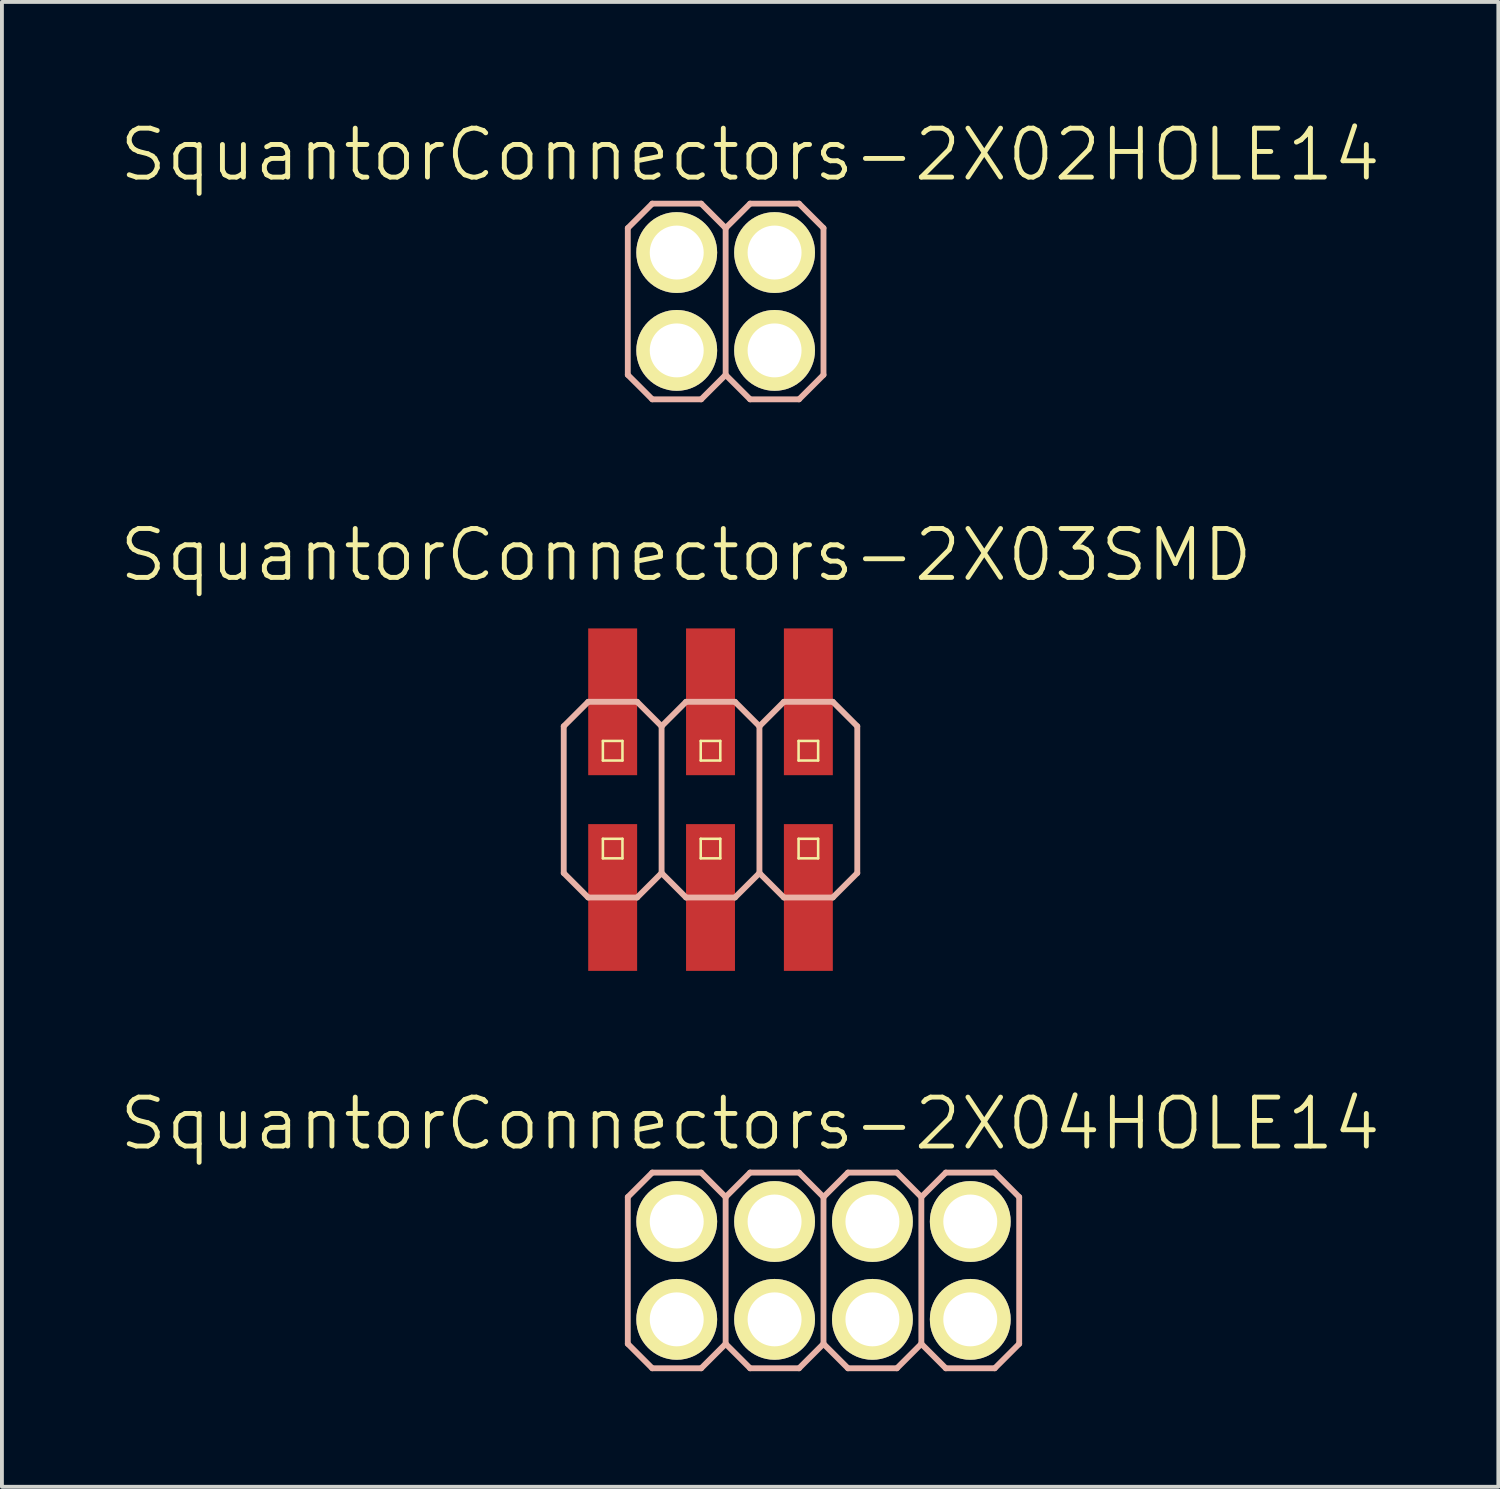
<source format=kicad_pcb>
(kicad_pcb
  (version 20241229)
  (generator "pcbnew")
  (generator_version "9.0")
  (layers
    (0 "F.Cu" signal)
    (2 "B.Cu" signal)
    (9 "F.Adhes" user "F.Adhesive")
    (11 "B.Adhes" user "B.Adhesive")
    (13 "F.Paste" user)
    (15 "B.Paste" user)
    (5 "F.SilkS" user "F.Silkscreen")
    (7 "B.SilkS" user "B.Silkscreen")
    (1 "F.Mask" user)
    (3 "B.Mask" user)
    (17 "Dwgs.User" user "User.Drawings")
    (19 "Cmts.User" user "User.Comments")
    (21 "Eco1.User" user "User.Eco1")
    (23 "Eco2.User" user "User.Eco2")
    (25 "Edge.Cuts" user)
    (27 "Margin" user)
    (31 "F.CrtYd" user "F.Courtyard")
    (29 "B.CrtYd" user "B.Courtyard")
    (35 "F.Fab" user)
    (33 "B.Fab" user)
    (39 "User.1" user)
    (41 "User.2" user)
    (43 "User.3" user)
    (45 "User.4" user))
  (footprint "SquantorConnectors-2X02HOLE14"
    (layer "F.Cu")
    (at 15.787 4.776)
    (property "Reference" "SquantorConnectors-2X02HOLE14" (at 0.635 -3.81 0) (layer "F.SilkS") (effects (font (size 1.27 1.27) (thickness 0.127))))
    (attr exclude_from_pos_files exclude_from_bom)
    (fp_line (start -1.524 -1.524) (end -1.016 -1.524) (stroke (width 0.066) (type solid)) (layer "F.SilkS"))
    (fp_line (start -1.524 -1.016) (end -1.524 -1.524) (stroke (width 0.066) (type solid)) (layer "F.SilkS"))
    (fp_line (start -1.524 -1.016) (end -1.016 -1.016) (stroke (width 0.066) (type solid)) (layer "F.SilkS"))
    (fp_line (start -1.524 1.016) (end -1.016 1.016) (stroke (width 0.066) (type solid)) (layer "F.SilkS"))
    (fp_line (start -1.524 1.524) (end -1.524 1.016) (stroke (width 0.066) (type solid)) (layer "F.SilkS"))
    (fp_line (start -1.524 1.524) (end -1.016 1.524) (stroke (width 0.066) (type solid)) (layer "F.SilkS"))
    (fp_line (start -1.016 -1.016) (end -1.016 -1.524) (stroke (width 0.066) (type solid)) (layer "F.SilkS"))
    (fp_line (start -1.016 1.524) (end -1.016 1.016) (stroke (width 0.066) (type solid)) (layer "F.SilkS"))
    (fp_line (start 1.016 -1.524) (end 1.524 -1.524) (stroke (width 0.066) (type solid)) (layer "F.SilkS"))
    (fp_line (start 1.016 -1.016) (end 1.016 -1.524) (stroke (width 0.066) (type solid)) (layer "F.SilkS"))
    (fp_line (start 1.016 -1.016) (end 1.524 -1.016) (stroke (width 0.066) (type solid)) (layer "F.SilkS"))
    (fp_line (start 1.016 1.016) (end 1.524 1.016) (stroke (width 0.066) (type solid)) (layer "F.SilkS"))
    (fp_line (start 1.016 1.524) (end 1.016 1.016) (stroke (width 0.066) (type solid)) (layer "F.SilkS"))
    (fp_line (start 1.016 1.524) (end 1.524 1.524) (stroke (width 0.066) (type solid)) (layer "F.SilkS"))
    (fp_line (start 1.524 -1.016) (end 1.524 -1.524) (stroke (width 0.066) (type solid)) (layer "F.SilkS"))
    (fp_line (start 1.524 1.524) (end 1.524 1.016) (stroke (width 0.066) (type solid)) (layer "F.SilkS"))
    (fp_line (start -2.54 -1.905) (end -1.905 -2.54) (stroke (width 0.152) (type solid)) (layer "B.SilkS"))
    (fp_line (start -2.54 1.905) (end -2.54 -1.905) (stroke (width 0.152) (type solid)) (layer "B.SilkS"))
    (fp_line (start -2.54 1.905) (end -1.905 2.54) (stroke (width 0.152) (type solid)) (layer "B.SilkS"))
    (fp_line (start -1.905 -2.54) (end -0.635 -2.54) (stroke (width 0.152) (type solid)) (layer "B.SilkS"))
    (fp_line (start -1.905 2.54) (end -0.635 2.54) (stroke (width 0.152) (type solid)) (layer "B.SilkS"))
    (fp_line (start -0.635 -2.54) (end 0 -1.905) (stroke (width 0.152) (type solid)) (layer "B.SilkS"))
    (fp_line (start -0.635 2.54) (end 0 1.905) (stroke (width 0.152) (type solid)) (layer "B.SilkS"))
    (fp_line (start 0 -1.905) (end 0 1.905) (stroke (width 0.152) (type solid)) (layer "B.SilkS"))
    (fp_line (start 0 -1.905) (end 0.635 -2.54) (stroke (width 0.152) (type solid)) (layer "B.SilkS"))
    (fp_line (start 0 1.905) (end 0.635 2.54) (stroke (width 0.152) (type solid)) (layer "B.SilkS"))
    (fp_line (start 0.635 -2.54) (end 1.905 -2.54) (stroke (width 0.152) (type solid)) (layer "B.SilkS"))
    (fp_line (start 0.635 2.54) (end 1.905 2.54) (stroke (width 0.152) (type solid)) (layer "B.SilkS"))
    (fp_line (start 1.905 -2.54) (end 2.54 -1.905) (stroke (width 0.152) (type solid)) (layer "B.SilkS"))
    (fp_line (start 1.905 2.54) (end 2.54 1.905) (stroke (width 0.152) (type solid)) (layer "B.SilkS"))
    (fp_line (start 2.54 -1.905) (end 2.54 1.905) (stroke (width 0.152) (type solid)) (layer "B.SilkS"))
    (pad "1" thru_hole circle (at -1.27 1.27) (size 2.098 2.098) (drill 1.4) (layers "*.Cu" "F.Mask" "F.SilkS" "F.Paste"))
    (pad "2" thru_hole circle (at -1.27 -1.27) (size 2.098 2.098) (drill 1.4) (layers "*.Cu" "F.Mask" "F.SilkS" "F.Paste"))
    (pad "3" thru_hole circle (at 1.27 1.27) (size 2.098 2.098) (drill 1.4) (layers "*.Cu" "F.Mask" "F.SilkS" "F.Paste"))
    (pad "4" thru_hole circle (at 1.27 -1.27) (size 2.098 2.098) (drill 1.4) (layers "*.Cu" "F.Mask" "F.SilkS" "F.Paste")))
  (footprint "SquantorConnectors-2X04HOLE14"
    (layer "F.Cu")
    (at 18.327 29.929)
    (property "Reference" "SquantorConnectors-2X04HOLE14" (at -1.905 -3.81 0) (layer "F.SilkS") (effects (font (size 1.27 1.27) (thickness 0.127))))
    (attr exclude_from_pos_files exclude_from_bom)
    (fp_line (start -4.064 -1.524) (end -3.556 -1.524) (stroke (width 0.066) (type solid)) (layer "F.SilkS"))
    (fp_line (start -4.064 -1.016) (end -4.064 -1.524) (stroke (width 0.066) (type solid)) (layer "F.SilkS"))
    (fp_line (start -4.064 -1.016) (end -3.556 -1.016) (stroke (width 0.066) (type solid)) (layer "F.SilkS"))
    (fp_line (start -4.064 1.016) (end -3.556 1.016) (stroke (width 0.066) (type solid)) (layer "F.SilkS"))
    (fp_line (start -4.064 1.524) (end -4.064 1.016) (stroke (width 0.066) (type solid)) (layer "F.SilkS"))
    (fp_line (start -4.064 1.524) (end -3.556 1.524) (stroke (width 0.066) (type solid)) (layer "F.SilkS"))
    (fp_line (start -3.556 -1.016) (end -3.556 -1.524) (stroke (width 0.066) (type solid)) (layer "F.SilkS"))
    (fp_line (start -3.556 1.524) (end -3.556 1.016) (stroke (width 0.066) (type solid)) (layer "F.SilkS"))
    (fp_line (start -1.524 -1.524) (end -1.016 -1.524) (stroke (width 0.066) (type solid)) (layer "F.SilkS"))
    (fp_line (start -1.524 -1.016) (end -1.524 -1.524) (stroke (width 0.066) (type solid)) (layer "F.SilkS"))
    (fp_line (start -1.524 -1.016) (end -1.016 -1.016) (stroke (width 0.066) (type solid)) (layer "F.SilkS"))
    (fp_line (start -1.524 1.016) (end -1.016 1.016) (stroke (width 0.066) (type solid)) (layer "F.SilkS"))
    (fp_line (start -1.524 1.524) (end -1.524 1.016) (stroke (width 0.066) (type solid)) (layer "F.SilkS"))
    (fp_line (start -1.524 1.524) (end -1.016 1.524) (stroke (width 0.066) (type solid)) (layer "F.SilkS"))
    (fp_line (start -1.016 -1.016) (end -1.016 -1.524) (stroke (width 0.066) (type solid)) (layer "F.SilkS"))
    (fp_line (start -1.016 1.524) (end -1.016 1.016) (stroke (width 0.066) (type solid)) (layer "F.SilkS"))
    (fp_line (start 1.016 -1.524) (end 1.524 -1.524) (stroke (width 0.066) (type solid)) (layer "F.SilkS"))
    (fp_line (start 1.016 -1.016) (end 1.016 -1.524) (stroke (width 0.066) (type solid)) (layer "F.SilkS"))
    (fp_line (start 1.016 -1.016) (end 1.524 -1.016) (stroke (width 0.066) (type solid)) (layer "F.SilkS"))
    (fp_line (start 1.016 1.016) (end 1.524 1.016) (stroke (width 0.066) (type solid)) (layer "F.SilkS"))
    (fp_line (start 1.016 1.524) (end 1.016 1.016) (stroke (width 0.066) (type solid)) (layer "F.SilkS"))
    (fp_line (start 1.016 1.524) (end 1.524 1.524) (stroke (width 0.066) (type solid)) (layer "F.SilkS"))
    (fp_line (start 1.524 -1.016) (end 1.524 -1.524) (stroke (width 0.066) (type solid)) (layer "F.SilkS"))
    (fp_line (start 1.524 1.524) (end 1.524 1.016) (stroke (width 0.066) (type solid)) (layer "F.SilkS"))
    (fp_line (start 3.556 -1.524) (end 4.064 -1.524) (stroke (width 0.066) (type solid)) (layer "F.SilkS"))
    (fp_line (start 3.556 -1.016) (end 3.556 -1.524) (stroke (width 0.066) (type solid)) (layer "F.SilkS"))
    (fp_line (start 3.556 -1.016) (end 4.064 -1.016) (stroke (width 0.066) (type solid)) (layer "F.SilkS"))
    (fp_line (start 3.556 1.016) (end 4.064 1.016) (stroke (width 0.066) (type solid)) (layer "F.SilkS"))
    (fp_line (start 3.556 1.524) (end 3.556 1.016) (stroke (width 0.066) (type solid)) (layer "F.SilkS"))
    (fp_line (start 3.556 1.524) (end 4.064 1.524) (stroke (width 0.066) (type solid)) (layer "F.SilkS"))
    (fp_line (start 4.064 -1.016) (end 4.064 -1.524) (stroke (width 0.066) (type solid)) (layer "F.SilkS"))
    (fp_line (start 4.064 1.524) (end 4.064 1.016) (stroke (width 0.066) (type solid)) (layer "F.SilkS"))
    (fp_line (start -5.08 -1.905) (end -4.445 -2.54) (stroke (width 0.152) (type solid)) (layer "B.SilkS"))
    (fp_line (start -5.08 1.905) (end -5.08 -1.905) (stroke (width 0.152) (type solid)) (layer "B.SilkS"))
    (fp_line (start -5.08 1.905) (end -4.445 2.54) (stroke (width 0.152) (type solid)) (layer "B.SilkS"))
    (fp_line (start -4.445 -2.54) (end -3.175 -2.54) (stroke (width 0.152) (type solid)) (layer "B.SilkS"))
    (fp_line (start -4.445 2.54) (end -3.175 2.54) (stroke (width 0.152) (type solid)) (layer "B.SilkS"))
    (fp_line (start -3.175 -2.54) (end -2.54 -1.905) (stroke (width 0.152) (type solid)) (layer "B.SilkS"))
    (fp_line (start -3.175 2.54) (end -2.54 1.905) (stroke (width 0.152) (type solid)) (layer "B.SilkS"))
    (fp_line (start -2.54 -1.905) (end -2.54 1.905) (stroke (width 0.152) (type solid)) (layer "B.SilkS"))
    (fp_line (start -2.54 -1.905) (end -1.905 -2.54) (stroke (width 0.152) (type solid)) (layer "B.SilkS"))
    (fp_line (start -2.54 1.905) (end -1.905 2.54) (stroke (width 0.152) (type solid)) (layer "B.SilkS"))
    (fp_line (start -1.905 -2.54) (end -0.635 -2.54) (stroke (width 0.152) (type solid)) (layer "B.SilkS"))
    (fp_line (start -1.905 2.54) (end -0.635 2.54) (stroke (width 0.152) (type solid)) (layer "B.SilkS"))
    (fp_line (start -0.635 -2.54) (end 0 -1.905) (stroke (width 0.152) (type solid)) (layer "B.SilkS"))
    (fp_line (start -0.635 2.54) (end 0 1.905) (stroke (width 0.152) (type solid)) (layer "B.SilkS"))
    (fp_line (start 0 -1.905) (end 0 1.905) (stroke (width 0.152) (type solid)) (layer "B.SilkS"))
    (fp_line (start 0 -1.905) (end 0.635 -2.54) (stroke (width 0.152) (type solid)) (layer "B.SilkS"))
    (fp_line (start 0 1.905) (end 0.635 2.54) (stroke (width 0.152) (type solid)) (layer "B.SilkS"))
    (fp_line (start 0.635 -2.54) (end 1.905 -2.54) (stroke (width 0.152) (type solid)) (layer "B.SilkS"))
    (fp_line (start 0.635 2.54) (end 1.905 2.54) (stroke (width 0.152) (type solid)) (layer "B.SilkS"))
    (fp_line (start 1.905 -2.54) (end 2.54 -1.905) (stroke (width 0.152) (type solid)) (layer "B.SilkS"))
    (fp_line (start 1.905 2.54) (end 2.54 1.905) (stroke (width 0.152) (type solid)) (layer "B.SilkS"))
    (fp_line (start 2.54 -1.905) (end 2.54 1.905) (stroke (width 0.152) (type solid)) (layer "B.SilkS"))
    (fp_line (start 2.54 -1.905) (end 3.175 -2.54) (stroke (width 0.152) (type solid)) (layer "B.SilkS"))
    (fp_line (start 2.54 1.905) (end 3.175 2.54) (stroke (width 0.152) (type solid)) (layer "B.SilkS"))
    (fp_line (start 3.175 -2.54) (end 4.445 -2.54) (stroke (width 0.152) (type solid)) (layer "B.SilkS"))
    (fp_line (start 3.175 2.54) (end 4.445 2.54) (stroke (width 0.152) (type solid)) (layer "B.SilkS"))
    (fp_line (start 4.445 -2.54) (end 5.08 -1.905) (stroke (width 0.152) (type solid)) (layer "B.SilkS"))
    (fp_line (start 4.445 2.54) (end 5.08 1.905) (stroke (width 0.152) (type solid)) (layer "B.SilkS"))
    (fp_line (start 5.08 -1.905) (end 5.08 1.905) (stroke (width 0.152) (type solid)) (layer "B.SilkS"))
    (pad "1" thru_hole circle (at -3.81 1.27) (size 2.098 2.098) (drill 1.4) (layers "*.Cu" "F.Mask" "F.SilkS" "F.Paste"))
    (pad "2" thru_hole circle (at -3.81 -1.27) (size 2.098 2.098) (drill 1.4) (layers "*.Cu" "F.Mask" "F.SilkS" "F.Paste"))
    (pad "3" thru_hole circle (at -1.27 1.27) (size 2.098 2.098) (drill 1.4) (layers "*.Cu" "F.Mask" "F.SilkS" "F.Paste"))
    (pad "4" thru_hole circle (at -1.27 -1.27) (size 2.098 2.098) (drill 1.4) (layers "*.Cu" "F.Mask" "F.SilkS" "F.Paste"))
    (pad "5" thru_hole circle (at 1.27 1.27) (size 2.098 2.098) (drill 1.4) (layers "*.Cu" "F.Mask" "F.SilkS" "F.Paste"))
    (pad "6" thru_hole circle (at 1.27 -1.27) (size 2.098 2.098) (drill 1.4) (layers "*.Cu" "F.Mask" "F.SilkS" "F.Paste"))
    (pad "7" thru_hole circle (at 3.81 1.27) (size 2.098 2.098) (drill 1.4) (layers "*.Cu" "F.Mask" "F.SilkS" "F.Paste"))
    (pad "8" thru_hole circle (at 3.81 -1.27) (size 2.098 2.098) (drill 1.4) (layers "*.Cu" "F.Mask" "F.SilkS" "F.Paste")))
  (footprint "SquantorConnectors-2X03SMD"
    (layer "F.Cu")
    (at 15.394 17.708)
    (property "Reference" "SquantorConnectors-2X03SMD" (at -0.635 -6.35 0) (layer "F.SilkS") (effects (font (size 1.27 1.27) (thickness 0.127))))
    (attr smd)
    (fp_line (start -2.794 -1.524) (end -2.286 -1.524) (stroke (width 0.066) (type solid)) (layer "F.SilkS"))
    (fp_line (start -2.794 -1.016) (end -2.794 -1.524) (stroke (width 0.066) (type solid)) (layer "F.SilkS"))
    (fp_line (start -2.794 -1.016) (end -2.286 -1.016) (stroke (width 0.066) (type solid)) (layer "F.SilkS"))
    (fp_line (start -2.794 1.016) (end -2.286 1.016) (stroke (width 0.066) (type solid)) (layer "F.SilkS"))
    (fp_line (start -2.794 1.524) (end -2.794 1.016) (stroke (width 0.066) (type solid)) (layer "F.SilkS"))
    (fp_line (start -2.794 1.524) (end -2.286 1.524) (stroke (width 0.066) (type solid)) (layer "F.SilkS"))
    (fp_line (start -2.286 -1.016) (end -2.286 -1.524) (stroke (width 0.066) (type solid)) (layer "F.SilkS"))
    (fp_line (start -2.286 1.524) (end -2.286 1.016) (stroke (width 0.066) (type solid)) (layer "F.SilkS"))
    (fp_line (start -0.254 -1.524) (end 0.254 -1.524) (stroke (width 0.066) (type solid)) (layer "F.SilkS"))
    (fp_line (start -0.254 -1.016) (end -0.254 -1.524) (stroke (width 0.066) (type solid)) (layer "F.SilkS"))
    (fp_line (start -0.254 -1.016) (end 0.254 -1.016) (stroke (width 0.066) (type solid)) (layer "F.SilkS"))
    (fp_line (start -0.254 1.016) (end 0.254 1.016) (stroke (width 0.066) (type solid)) (layer "F.SilkS"))
    (fp_line (start -0.254 1.524) (end -0.254 1.016) (stroke (width 0.066) (type solid)) (layer "F.SilkS"))
    (fp_line (start -0.254 1.524) (end 0.254 1.524) (stroke (width 0.066) (type solid)) (layer "F.SilkS"))
    (fp_line (start 0.254 -1.016) (end 0.254 -1.524) (stroke (width 0.066) (type solid)) (layer "F.SilkS"))
    (fp_line (start 0.254 1.524) (end 0.254 1.016) (stroke (width 0.066) (type solid)) (layer "F.SilkS"))
    (fp_line (start 2.286 -1.524) (end 2.794 -1.524) (stroke (width 0.066) (type solid)) (layer "F.SilkS"))
    (fp_line (start 2.286 -1.016) (end 2.286 -1.524) (stroke (width 0.066) (type solid)) (layer "F.SilkS"))
    (fp_line (start 2.286 -1.016) (end 2.794 -1.016) (stroke (width 0.066) (type solid)) (layer "F.SilkS"))
    (fp_line (start 2.286 1.016) (end 2.794 1.016) (stroke (width 0.066) (type solid)) (layer "F.SilkS"))
    (fp_line (start 2.286 1.524) (end 2.286 1.016) (stroke (width 0.066) (type solid)) (layer "F.SilkS"))
    (fp_line (start 2.286 1.524) (end 2.794 1.524) (stroke (width 0.066) (type solid)) (layer "F.SilkS"))
    (fp_line (start 2.794 -1.016) (end 2.794 -1.524) (stroke (width 0.066) (type solid)) (layer "F.SilkS"))
    (fp_line (start 2.794 1.524) (end 2.794 1.016) (stroke (width 0.066) (type solid)) (layer "F.SilkS"))
    (fp_line (start -3.81 -1.905) (end -3.175 -2.54) (stroke (width 0.152) (type solid)) (layer "B.SilkS"))
    (fp_line (start -3.81 1.905) (end -3.81 -1.905) (stroke (width 0.152) (type solid)) (layer "B.SilkS"))
    (fp_line (start -3.81 1.905) (end -3.175 2.54) (stroke (width 0.152) (type solid)) (layer "B.SilkS"))
    (fp_line (start -3.175 -2.54) (end -1.905 -2.54) (stroke (width 0.152) (type solid)) (layer "B.SilkS"))
    (fp_line (start -3.175 2.54) (end -1.905 2.54) (stroke (width 0.152) (type solid)) (layer "B.SilkS"))
    (fp_line (start -1.905 -2.54) (end -1.27 -1.905) (stroke (width 0.152) (type solid)) (layer "B.SilkS"))
    (fp_line (start -1.905 2.54) (end -1.27 1.905) (stroke (width 0.152) (type solid)) (layer "B.SilkS"))
    (fp_line (start -1.27 -1.905) (end -1.27 1.905) (stroke (width 0.152) (type solid)) (layer "B.SilkS"))
    (fp_line (start -1.27 -1.905) (end -0.635 -2.54) (stroke (width 0.152) (type solid)) (layer "B.SilkS"))
    (fp_line (start -1.27 1.905) (end -0.635 2.54) (stroke (width 0.152) (type solid)) (layer "B.SilkS"))
    (fp_line (start -0.635 -2.54) (end 0.635 -2.54) (stroke (width 0.152) (type solid)) (layer "B.SilkS"))
    (fp_line (start -0.635 2.54) (end 0.635 2.54) (stroke (width 0.152) (type solid)) (layer "B.SilkS"))
    (fp_line (start 0.635 -2.54) (end 1.27 -1.905) (stroke (width 0.152) (type solid)) (layer "B.SilkS"))
    (fp_line (start 0.635 2.54) (end 1.27 1.905) (stroke (width 0.152) (type solid)) (layer "B.SilkS"))
    (fp_line (start 1.27 -1.905) (end 1.27 1.905) (stroke (width 0.152) (type solid)) (layer "B.SilkS"))
    (fp_line (start 1.27 -1.905) (end 1.905 -2.54) (stroke (width 0.152) (type solid)) (layer "B.SilkS"))
    (fp_line (start 1.27 1.905) (end 1.905 2.54) (stroke (width 0.152) (type solid)) (layer "B.SilkS"))
    (fp_line (start 1.905 -2.54) (end 3.175 -2.54) (stroke (width 0.152) (type solid)) (layer "B.SilkS"))
    (fp_line (start 1.905 2.54) (end 3.175 2.54) (stroke (width 0.152) (type solid)) (layer "B.SilkS"))
    (fp_line (start 3.175 -2.54) (end 3.81 -1.905) (stroke (width 0.152) (type solid)) (layer "B.SilkS"))
    (fp_line (start 3.175 2.54) (end 3.81 1.905) (stroke (width 0.152) (type solid)) (layer "B.SilkS"))
    (fp_line (start 3.81 -1.905) (end 3.81 1.905) (stroke (width 0.152) (type solid)) (layer "B.SilkS"))
    (pad "1" smd rect (at -2.54 2.54 90) (size 3.81 1.27) (layers "F.Cu" "F.Mask" "F.Paste"))
    (pad "2" smd rect (at -2.54 -2.54 90) (size 3.81 1.27) (layers "F.Cu" "F.Mask" "F.Paste"))
    (pad "3" smd rect (at 0 2.54 90) (size 3.81 1.27) (layers "F.Cu" "F.Mask" "F.Paste"))
    (pad "4" smd rect (at 0 -2.54 90) (size 3.81 1.27) (layers "F.Cu" "F.Mask" "F.Paste"))
    (pad "5" smd rect (at 2.54 2.54 90) (size 3.81 1.27) (layers "F.Cu" "F.Mask" "F.Paste"))
    (pad "6" smd rect (at 2.54 -2.54 90) (size 3.81 1.27) (layers "F.Cu" "F.Mask" "F.Paste")))
  (gr_rect
    (start -3 -3)
    (end 35.845 35.545)
    (stroke (width 0.1) (type default))
    (fill no)
    (layer "Edge.Cuts")))
</source>
